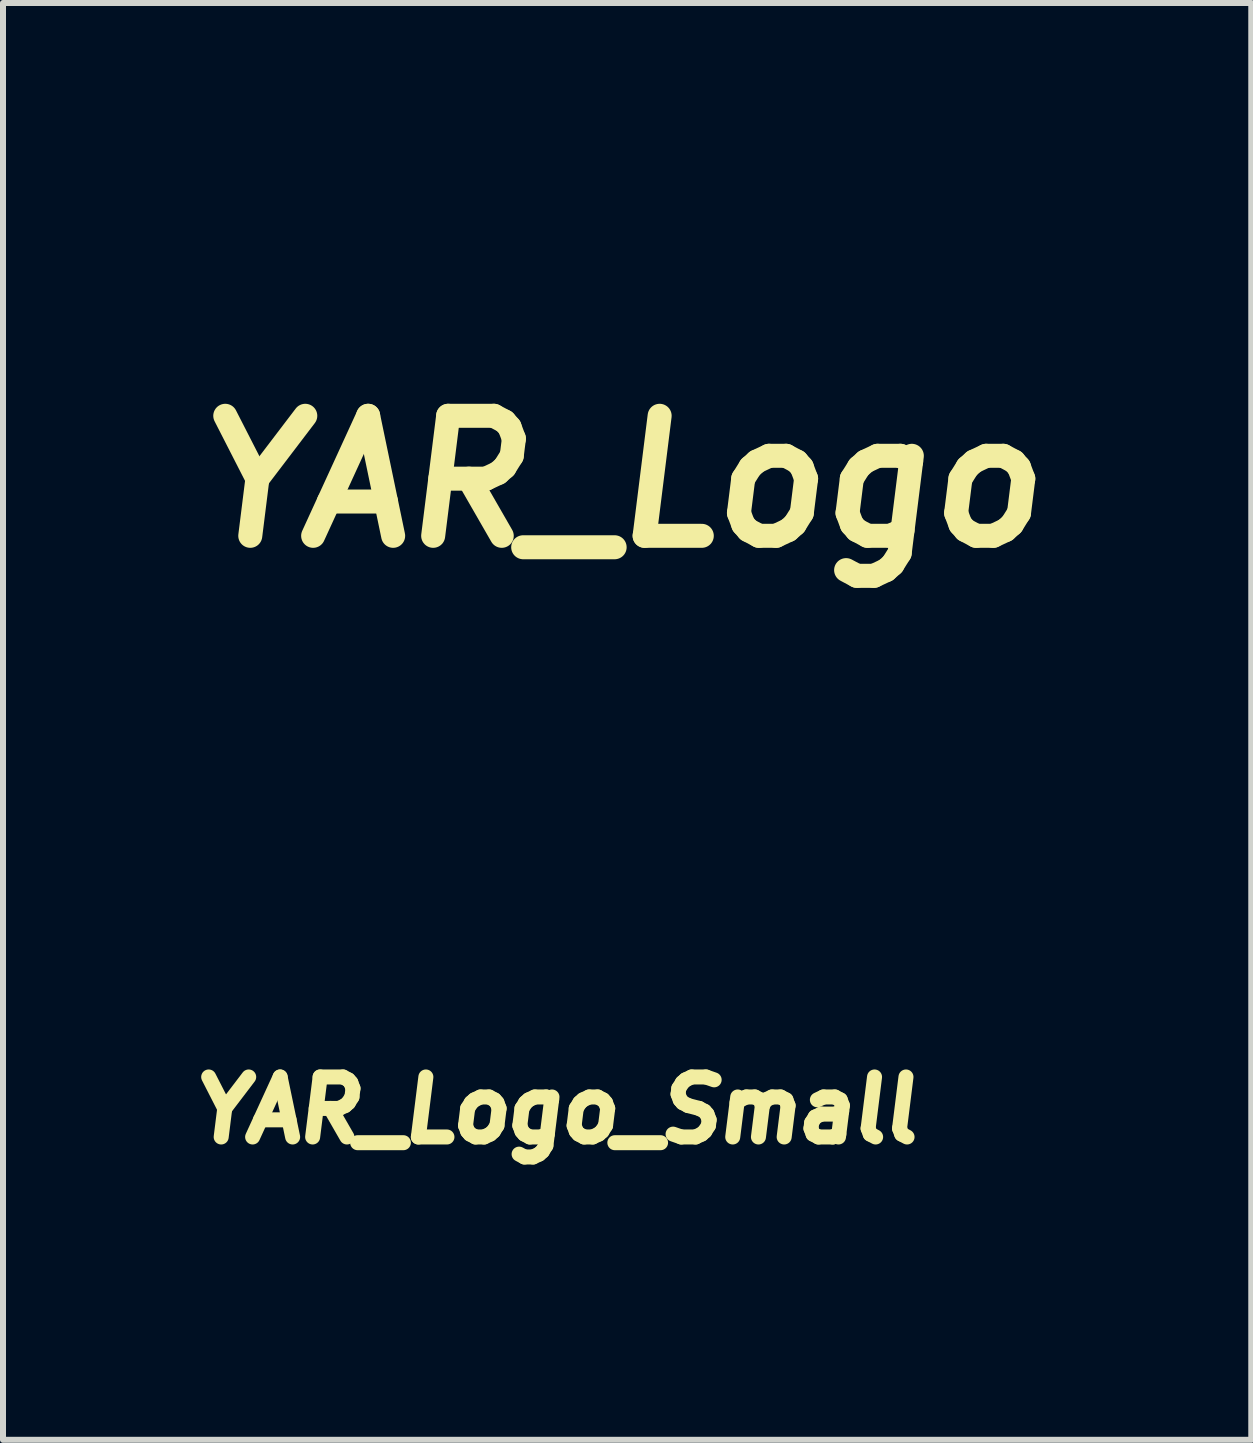
<source format=kicad_pcb>
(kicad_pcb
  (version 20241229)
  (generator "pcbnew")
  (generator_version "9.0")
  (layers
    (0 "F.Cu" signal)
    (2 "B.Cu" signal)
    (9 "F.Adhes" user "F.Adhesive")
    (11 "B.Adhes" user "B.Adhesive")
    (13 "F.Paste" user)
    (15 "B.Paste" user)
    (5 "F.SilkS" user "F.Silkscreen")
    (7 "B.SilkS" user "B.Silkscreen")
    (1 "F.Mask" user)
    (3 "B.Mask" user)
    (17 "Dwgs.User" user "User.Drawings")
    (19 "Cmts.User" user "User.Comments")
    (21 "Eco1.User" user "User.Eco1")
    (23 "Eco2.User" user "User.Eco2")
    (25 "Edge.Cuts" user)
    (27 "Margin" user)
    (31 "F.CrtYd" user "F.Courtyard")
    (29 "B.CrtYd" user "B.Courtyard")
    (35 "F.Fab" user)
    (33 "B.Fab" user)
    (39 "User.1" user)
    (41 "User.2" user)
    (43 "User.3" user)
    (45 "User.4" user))
  (footprint "YAR_Logo"
    (layer "F.Cu")
    (at 7.275 4.974)
    (property "Reference" "YAR_Logo" (at 0 0 0) (unlocked yes) (layer "F.SilkS") (effects (font (size 2 2) (thickness 0.4) (italic yes))))
    (attr board_only exclude_from_pos_files exclude_from_bom)
    (fp_poly (pts (xy -0.03 0.13) (xy -0.42 0.13) (xy -0.152 -0.457)) (stroke (width 0) (type solid)) (fill yes) (layer "F.Mask"))
    (fp_poly (pts (xy 1.415 -0.76) (xy 1.43 -0.895) (xy 1.55 -0.895)) (stroke (width 0) (type solid)) (fill yes) (layer "F.Mask"))
    (fp_poly (pts (xy 3.476 -2.832) (xy 1.945 -1.295) (xy 1.24 -1.295) (xy 1.188 -1.285) (xy 1.135 -1.26) (xy 1.095 -1.22) (xy 1.06 -1.155) (xy 0.949 -0.296) (xy 0.4 0.255) (xy 0.18 -0.815) (xy 2.861 -3.472) (xy 4.997 -4.974)) (stroke (width 0) (type solid)) (fill yes) (layer "F.Mask"))
    (fp_poly (pts (xy -1.2 0.86) (xy -1.2 0.95) (xy -1.168 1.016) (xy -1.06 1.1) (xy -0.92 1.09) (xy -0.83 1.016) (xy -0.61 0.54) (xy 0.051 0.54) (xy 0.051 0.584) (xy -2.58 3.23) (xy -2.457 4.21) (xy -3.25 4.992) (xy -3.484 4.11) (xy -3.609 4.021) (xy -3.739 4.145) (xy -4.135 3.758) (xy -4.004 3.623) (xy -4.117 3.521) (xy -4.974 3.265) (xy -4.21 2.471) (xy -3.259 2.585) (xy -0.914 0.254)) (stroke (width 0) (type solid)) (fill yes) (layer "F.Mask")))
  (footprint "YAR_Logo_Small"
    (layer "F.Cu")
    (at 6.213 15.446)
    (property "Reference" "YAR_Logo_Small" (at 0 0 0) (unlocked yes) (layer "F.SilkS") (effects (font (size 1 1) (thickness 0.25) (italic yes))))
    (attr board_only exclude_from_pos_files exclude_from_bom)
    (fp_poly (pts (xy -0.045 0.045) (xy -0.175 0.045) (xy -0.085 -0.15)) (stroke (width 0) (type solid)) (fill yes) (layer "F.Mask"))
    (fp_poly (pts (xy 0.73 -0.39) (xy 0.735 -0.425) (xy 0.765 -0.425)) (stroke (width 0) (type solid)) (fill yes) (layer "F.Mask"))
    (fp_poly (pts (xy 1.82 -1.5) (xy 1.817 -1.495) (xy 1 -0.67) (xy 0.6 -0.67) (xy 0.54 -0.64) (xy 0.51 -0.59) (xy 0.45 -0.12) (xy 0.22 0.11) (xy 0.115 -0.41) (xy 1.496 -1.81) (xy 2.498 -2.48)) (stroke (width 0) (type solid)) (fill yes) (layer "F.Mask"))
    (fp_poly (pts (xy 0.01 0.29) (xy 0.01 0.32) (xy -1.28 1.61) (xy -1.233 2.099) (xy -1.625 2.496) (xy -1.741 2.072) (xy -1.804 2.011) (xy -1.869 2.073) (xy -2.068 1.879) (xy -2.002 1.812) (xy -2.059 1.75) (xy -2.475 1.627) (xy -2.095 1.236) (xy -1.607 1.32) (xy -0.55 0.26) (xy -0.62 0.429) (xy -0.62 0.48) (xy -0.6 0.53) (xy -0.55 0.57) (xy -0.48 0.58) (xy -0.41 0.54) (xy -0.29 0.29)) (stroke (width 0) (type solid)) (fill yes) (layer "F.Mask")))
  (gr_rect
    (start -3 -3)
    (end 17.8 20.942)
    (stroke (width 0.1) (type default))
    (fill no)
    (layer "Edge.Cuts")))
</source>
